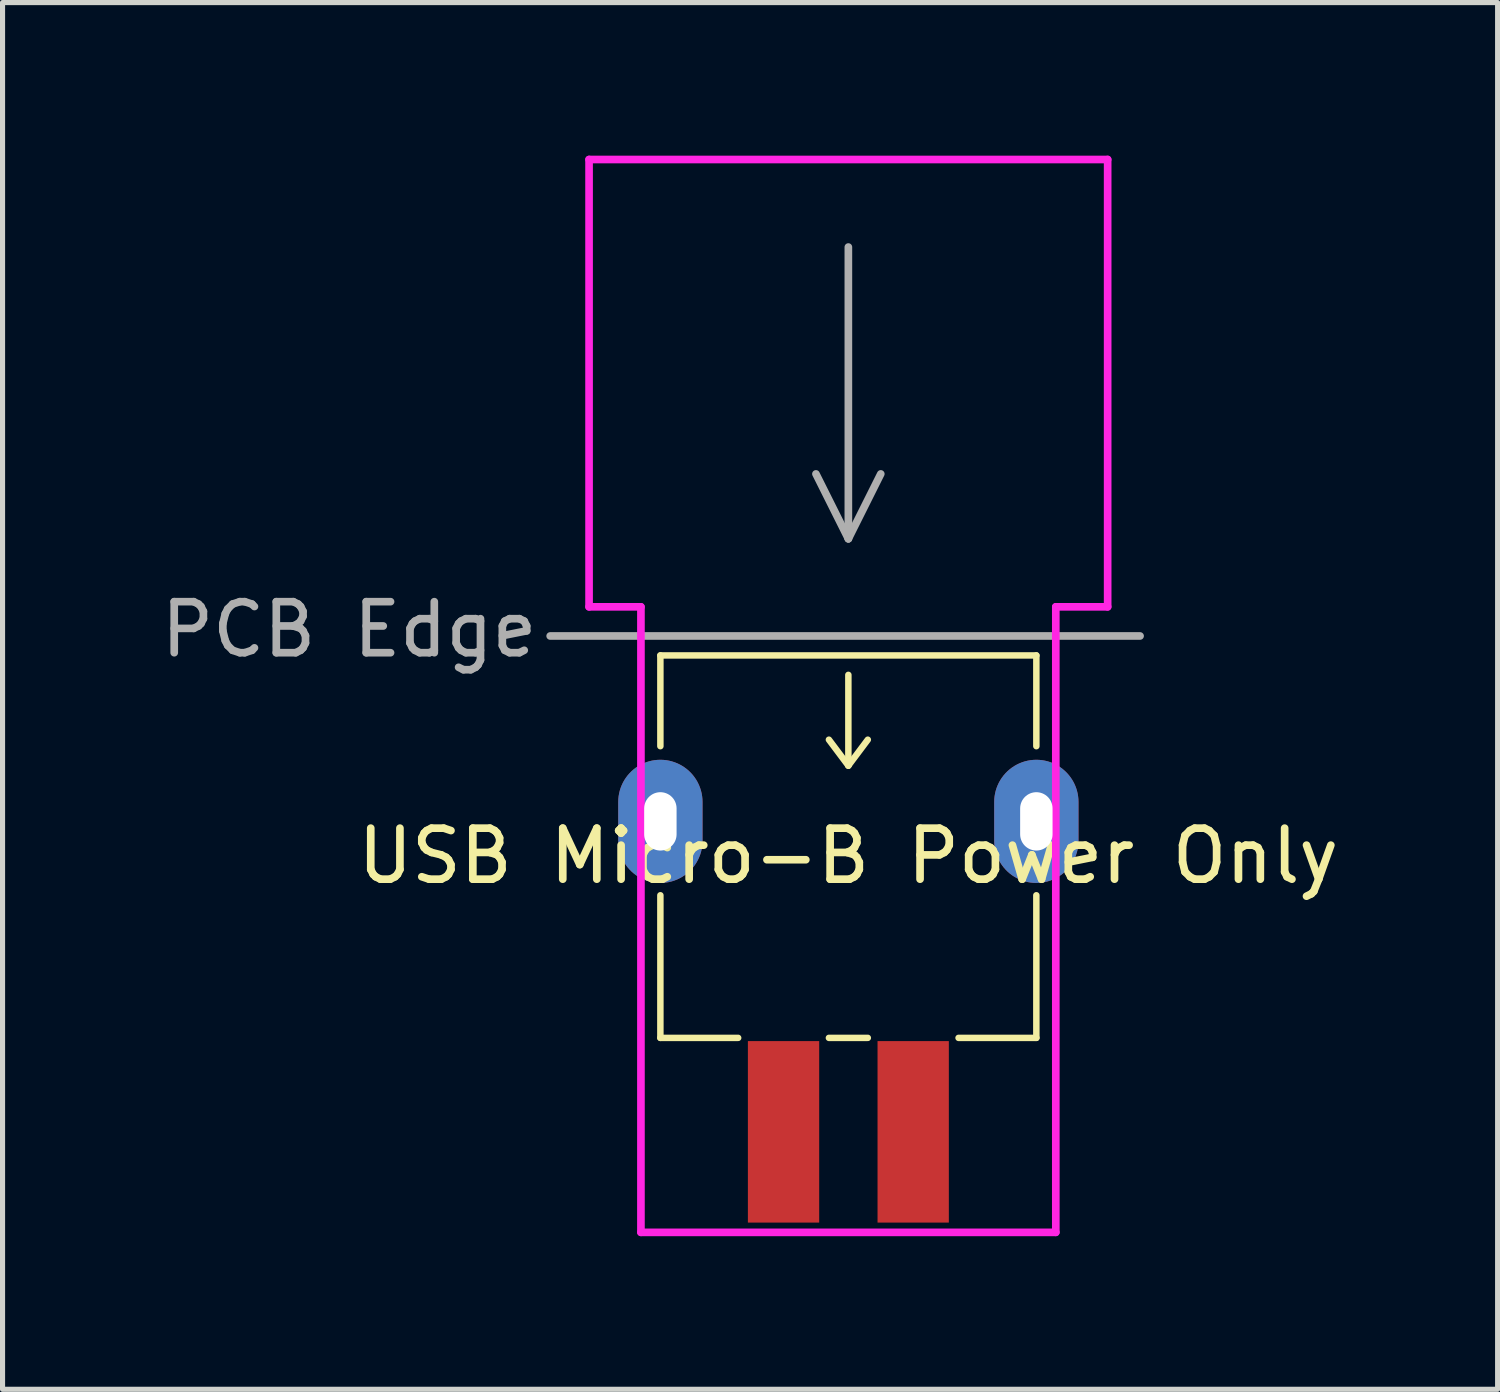
<source format=kicad_pcb>
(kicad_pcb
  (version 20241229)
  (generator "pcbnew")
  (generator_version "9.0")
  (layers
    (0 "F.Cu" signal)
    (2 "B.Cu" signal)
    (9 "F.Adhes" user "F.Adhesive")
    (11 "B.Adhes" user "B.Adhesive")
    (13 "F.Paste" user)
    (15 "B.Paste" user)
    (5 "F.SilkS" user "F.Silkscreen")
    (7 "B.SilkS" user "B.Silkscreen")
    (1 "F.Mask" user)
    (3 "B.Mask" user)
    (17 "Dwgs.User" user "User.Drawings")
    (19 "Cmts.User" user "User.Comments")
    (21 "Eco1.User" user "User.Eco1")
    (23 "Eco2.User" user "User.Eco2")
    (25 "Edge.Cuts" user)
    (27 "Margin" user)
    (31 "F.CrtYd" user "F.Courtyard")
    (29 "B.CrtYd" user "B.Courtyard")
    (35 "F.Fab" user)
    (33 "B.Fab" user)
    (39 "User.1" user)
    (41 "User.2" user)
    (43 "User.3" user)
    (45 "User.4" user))
  (footprint "USB Micro-B Power Only"
    (layer "F.Cu")
    (at 13.571 13.22)
    (property "Reference" "USB Micro-B Power Only" (at 0 0.5 0) (layer "F.SilkS") (effects (font (size 1 1) (thickness 0.15))))
    (attr through_hole)
    (fp_line (start -3.683 -3.429) (end -3.683 -1.651) (stroke (width 0.127) (type solid)) (layer "F.SilkS"))
    (fp_line (start -3.683 4.064) (end -3.683 1.27) (stroke (width 0.127) (type solid)) (layer "F.SilkS"))
    (fp_line (start -3.683 4.064) (end -2.159 4.064) (stroke (width 0.127) (type solid)) (layer "F.SilkS"))
    (fp_line (start -0.381 4.064) (end 0.381 4.064) (stroke (width 0.127) (type solid)) (layer "F.SilkS"))
    (fp_line (start 0 -3.048) (end 0 -1.27) (stroke (width 0.127) (type solid)) (layer "F.SilkS"))
    (fp_line (start 0 -1.27) (end -0.381 -1.778) (stroke (width 0.127) (type solid)) (layer "F.SilkS"))
    (fp_line (start 0 -1.27) (end 0.381 -1.778) (stroke (width 0.127) (type solid)) (layer "F.SilkS"))
    (fp_line (start 2.159 4.064) (end 3.683 4.064) (stroke (width 0.127) (type solid)) (layer "F.SilkS"))
    (fp_line (start 3.683 -3.429) (end -3.683 -3.429) (stroke (width 0.127) (type solid)) (layer "F.SilkS"))
    (fp_line (start 3.683 -1.651) (end 3.683 -3.429) (stroke (width 0.127) (type solid)) (layer "F.SilkS"))
    (fp_line (start 3.683 4.064) (end 3.683 1.27) (stroke (width 0.127) (type solid)) (layer "F.SilkS"))
    (fp_line (start -5.08 -13.145) (end -5.08 -4.381) (stroke (width 0.15) (type solid)) (layer "F.CrtYd"))
    (fp_line (start -4.064 -4.381) (end -5.08 -4.381) (stroke (width 0.15) (type solid)) (layer "F.CrtYd"))
    (fp_line (start -4.064 -4.381) (end -4.064 7.874) (stroke (width 0.15) (type solid)) (layer "F.CrtYd"))
    (fp_line (start -4.064 7.874) (end 4.064 7.874) (stroke (width 0.15) (type solid)) (layer "F.CrtYd"))
    (fp_line (start 4.064 7.874) (end 4.064 -4.381) (stroke (width 0.15) (type solid)) (layer "F.CrtYd"))
    (fp_line (start 5.08 -13.145) (end -5.08 -13.145) (stroke (width 0.15) (type solid)) (layer "F.CrtYd"))
    (fp_line (start 5.08 -4.381) (end 4.064 -4.381) (stroke (width 0.15) (type solid)) (layer "F.CrtYd"))
    (fp_line (start 5.08 -4.381) (end 5.08 -13.145) (stroke (width 0.15) (type solid)) (layer "F.CrtYd"))
    (fp_line (start -5.842 -3.81) (end 5.715 -3.81) (stroke (width 0.15) (type solid)) (layer "F.Fab"))
    (fp_line (start -0.635 -6.985) (end 0 -5.715) (stroke (width 0.15) (type solid)) (layer "F.Fab"))
    (fp_line (start 0 -11.43) (end 0 -5.715) (stroke (width 0.15) (type solid)) (layer "F.Fab"))
    (fp_line (start 0 -5.715) (end 0.635 -6.985) (stroke (width 0.15) (type solid)) (layer "F.Fab"))
    (fp_text user "PCB Edge" (at -9.779 -3.937 0) (layer "F.Fab") (effects (font (size 1 1) (thickness 0.15))))
    (pad "1" thru_hole oval (at -3.683 -0.178) (size 1.651 2.413) (drill oval 0.635 1.143) (layers "*.Cu" "*.Mask"))
    (pad "2" thru_hole oval (at 3.683 -0.178) (size 1.651 2.413) (drill oval 0.635 1.143) (layers "*.Cu" "*.Mask"))
    (pad "3" smd rect (at 1.27 5.905) (size 1.397 3.556) (layers "F.Cu" "F.Mask" "F.Paste"))
    (pad "4" smd rect (at -1.27 5.905) (size 1.397 3.556) (layers "F.Cu" "F.Mask" "F.Paste")))
  (gr_rect
    (start -3 -3)
    (end 26.291 24.169)
    (stroke (width 0.1) (type default))
    (fill no)
    (layer "Edge.Cuts")))
</source>
